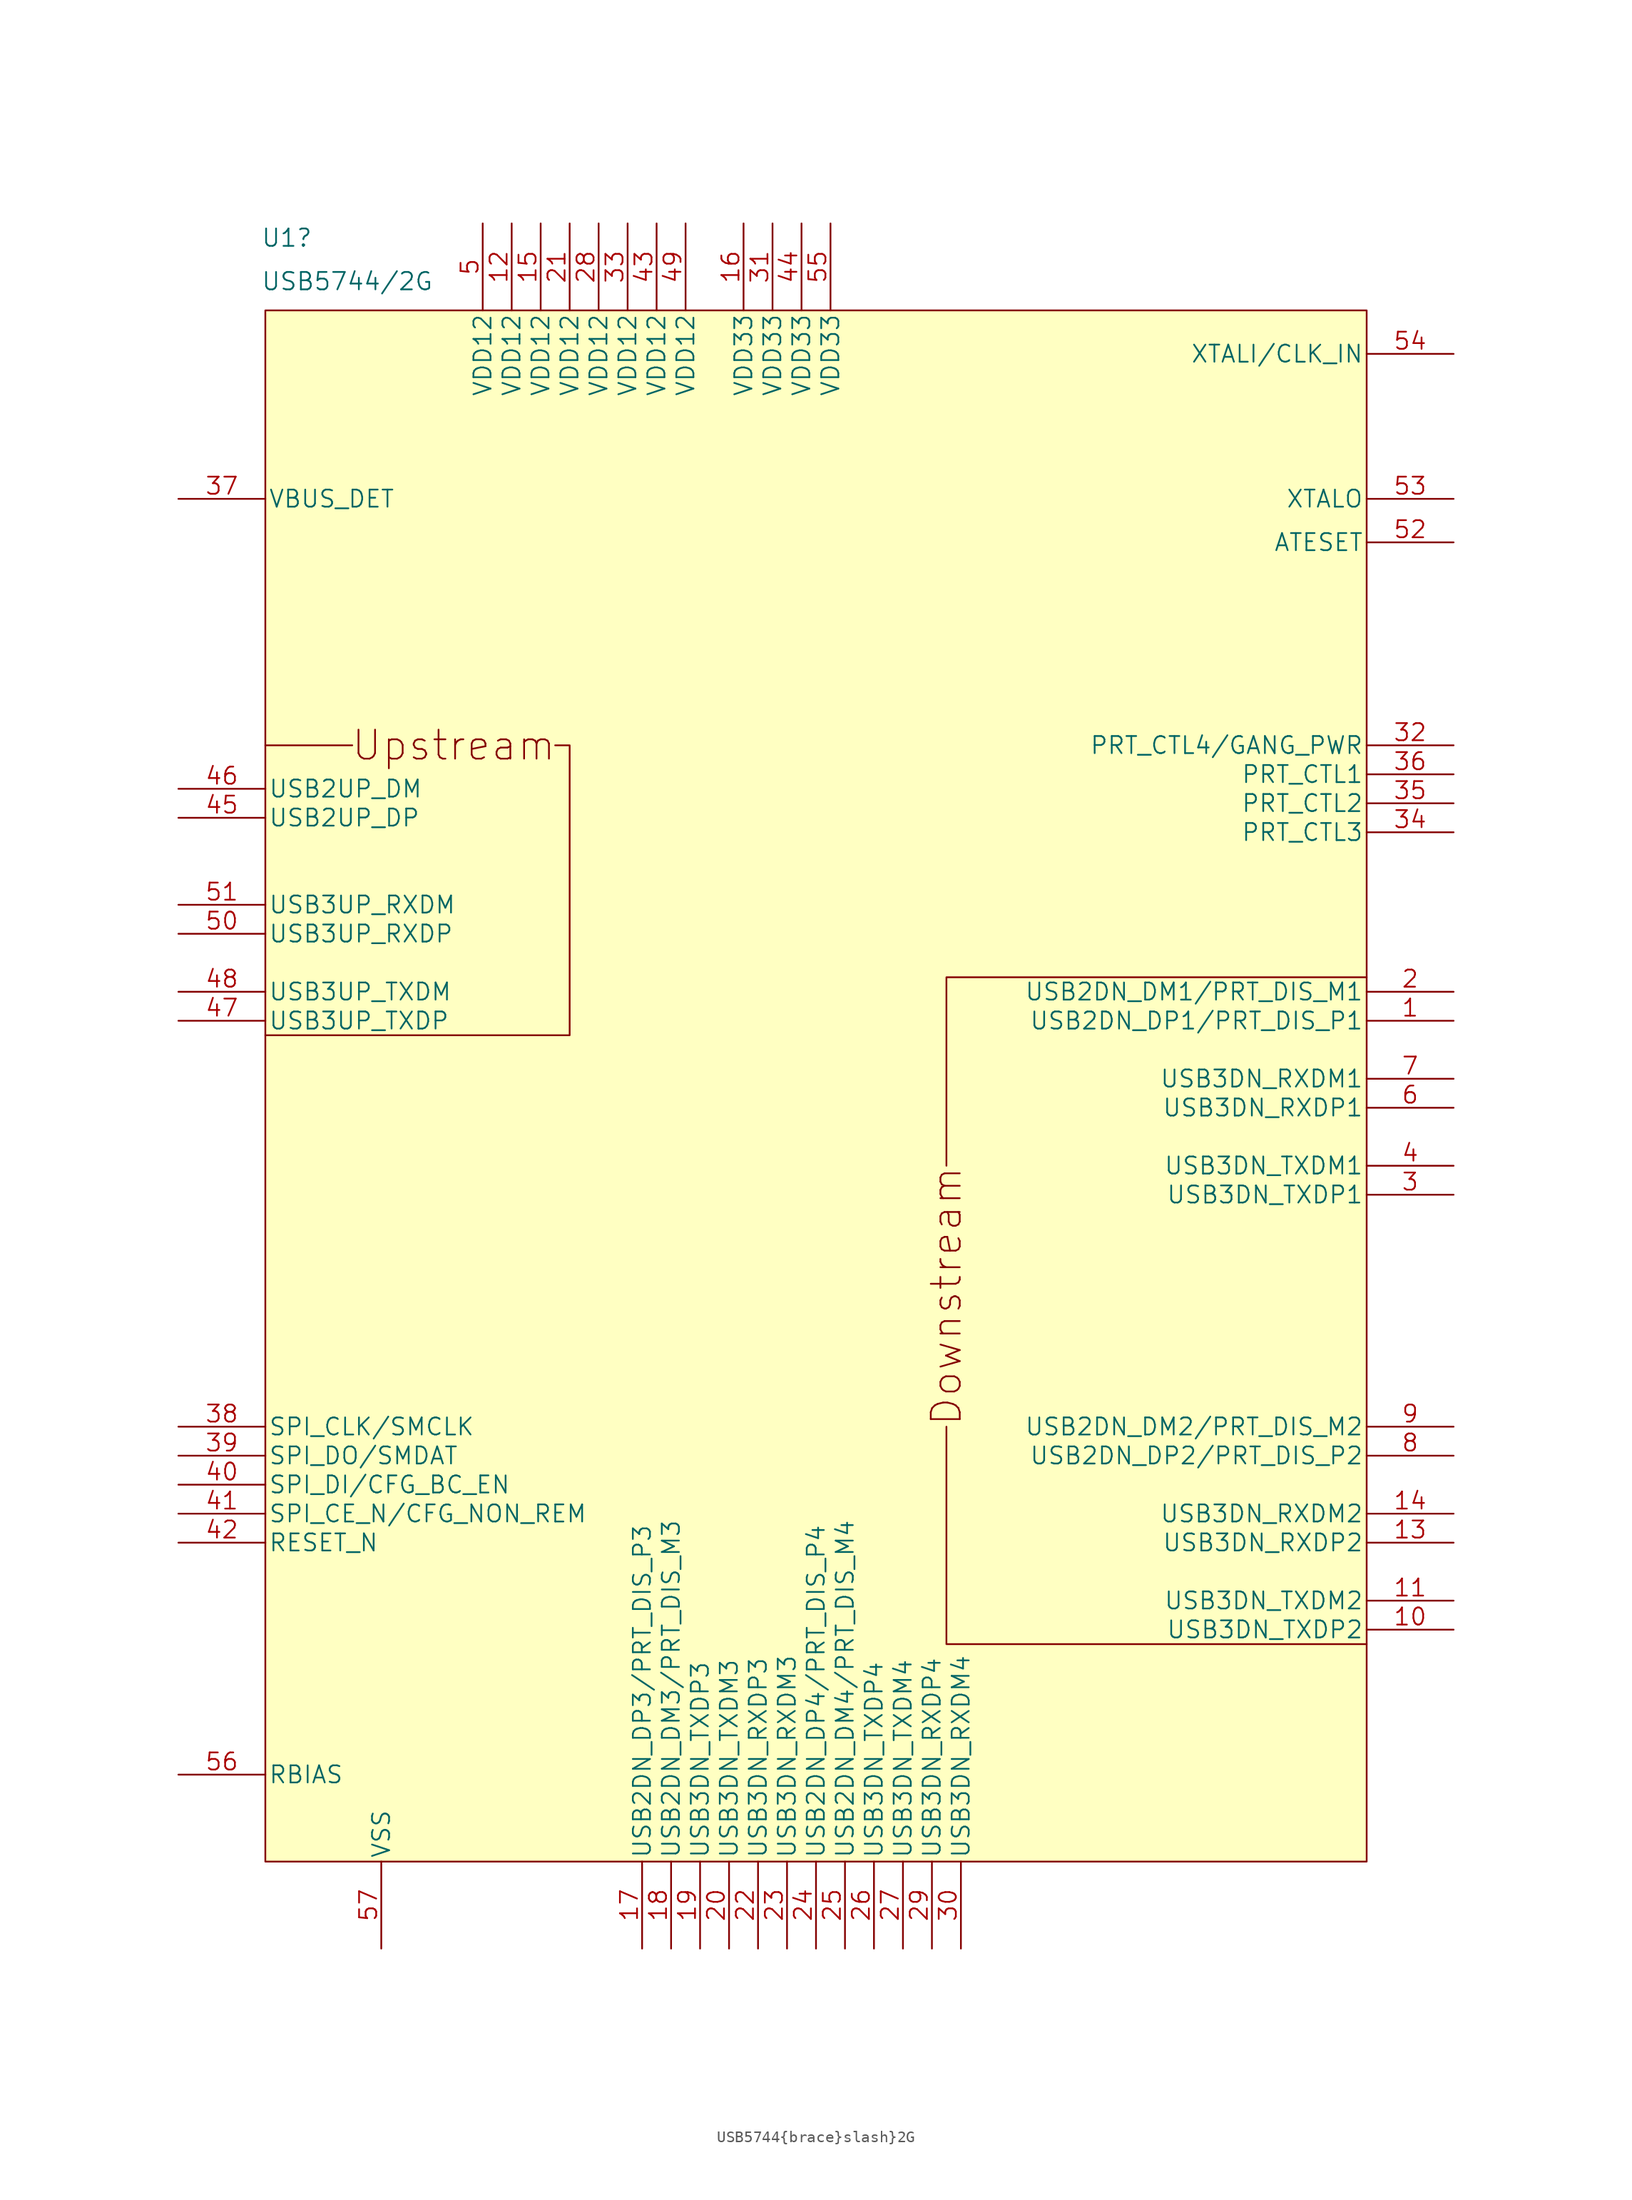
<source format=kicad_sym>
(kicad_symbol_lib
  (version 20211014)
  (generator kicad_symbol_editor)
  (symbol "USB5744{brace}slash}2G"
    (pin_names
      (offset 0.254))
    (property "Reference" "U1"
      (at 7.225 36.83 0)
      (effects (font (size 1.524 1.524)) (justify left)))
    (property "Value" "USB5744/2G"
      (at 7.225 33.02 0)
      (effects (font (size 1.524 1.524)) (justify left)))
    (property "ki_locked" ""
      (at 0 0 0)
      (effects (font (size 1.27 1.27))))
    (symbol "USB5744{brace}slash}2G_0_0"
      (polyline (pts (xy 15.24 -7.62) (xy 7.62 -7.62)) (stroke (width 0) (type default) (color 0 0 0 0)) (fill (type none)))
      (polyline (pts (xy 67.31 -44.45) (xy 67.31 -27.94) (xy 104.14 -27.94)) (stroke (width 0) (type default) (color 0 0 0 0)) (fill (type none)))
      (polyline (pts (xy 33.02 -7.62) (xy 34.29 -7.62) (xy 34.29 -33.02) (xy 7.62 -33.02)) (stroke (width 0) (type default) (color 0 0 0 0)) (fill (type none)))
      (text "Downstream" (at 67.31 -55.88 900) (effects (font (size 2.54 2.54))))
      (text "Upstream" (at 24.13 -7.62 0) (effects (font (size 2.54 2.54)))))
    (symbol "USB5744{brace}slash}2G_0_1"
      (polyline (pts (xy 104.14 -86.36) (xy 67.31 -86.36) (xy 67.31 -67.31)) (stroke (width 0) (type default) (color 0 0 0 0)) (fill (type none)))
      (rectangle (start 7.62 30.48) (end 104.14 -105.41) (stroke (width 0) (type default) (color 0 0 0 0)) (fill (type background))))
    (symbol "USB5744{brace}slash}2G_1_1"
      (pin bidirectional line (at 111.76 -31.75 180) (length 7.62) (name "USB2DN_DP1/PRT_DIS_P1" (effects (font (size 1.499 1.499)))) (number "1" (effects (font (size 1.499 1.499)))))
      (pin bidirectional line (at 111.76 -85.09 180) (length 7.62) (name "USB3DN_TXDP2" (effects (font (size 1.499 1.499)))) (number "10" (effects (font (size 1.499 1.499)))))
      (pin bidirectional line (at 111.76 -82.55 180) (length 7.62) (name "USB3DN_TXDM2" (effects (font (size 1.499 1.499)))) (number "11" (effects (font (size 1.499 1.499)))))
      (pin power_in line (at 29.21 38.1 270) (length 7.62) (name "VDD12" (effects (font (size 1.499 1.499)))) (number "12" (effects (font (size 1.499 1.499)))))
      (pin bidirectional line (at 111.76 -77.47 180) (length 7.62) (name "USB3DN_RXDP2" (effects (font (size 1.499 1.499)))) (number "13" (effects (font (size 1.499 1.499)))))
      (pin bidirectional line (at 111.76 -74.93 180) (length 7.62) (name "USB3DN_RXDM2" (effects (font (size 1.499 1.499)))) (number "14" (effects (font (size 1.499 1.499)))))
      (pin power_in line (at 31.75 38.1 270) (length 7.62) (name "VDD12" (effects (font (size 1.499 1.499)))) (number "15" (effects (font (size 1.499 1.499)))))
      (pin power_in line (at 49.53 38.1 270) (length 7.62) (name "VDD33" (effects (font (size 1.499 1.499)))) (number "16" (effects (font (size 1.499 1.499)))))
      (pin bidirectional line (at 40.64 -113.03 90) (length 7.62) (name "USB2DN_DP3/PRT_DIS_P3" (effects (font (size 1.499 1.499)))) (number "17" (effects (font (size 1.499 1.499)))))
      (pin bidirectional line (at 43.18 -113.03 90) (length 7.62) (name "USB2DN_DM3/PRT_DIS_M3" (effects (font (size 1.499 1.499)))) (number "18" (effects (font (size 1.499 1.499)))))
      (pin bidirectional line (at 45.72 -113.03 90) (length 7.62) (name "USB3DN_TXDP3" (effects (font (size 1.499 1.499)))) (number "19" (effects (font (size 1.499 1.499)))))
      (pin bidirectional line (at 111.76 -29.21 180) (length 7.62) (name "USB2DN_DM1/PRT_DIS_M1" (effects (font (size 1.499 1.499)))) (number "2" (effects (font (size 1.499 1.499)))))
      (pin bidirectional line (at 48.26 -113.03 90) (length 7.62) (name "USB3DN_TXDM3" (effects (font (size 1.499 1.499)))) (number "20" (effects (font (size 1.499 1.499)))))
      (pin power_in line (at 34.29 38.1 270) (length 7.62) (name "VDD12" (effects (font (size 1.499 1.499)))) (number "21" (effects (font (size 1.499 1.499)))))
      (pin bidirectional line (at 50.8 -113.03 90) (length 7.62) (name "USB3DN_RXDP3" (effects (font (size 1.499 1.499)))) (number "22" (effects (font (size 1.499 1.499)))))
      (pin bidirectional line (at 53.34 -113.03 90) (length 7.62) (name "USB3DN_RXDM3" (effects (font (size 1.499 1.499)))) (number "23" (effects (font (size 1.499 1.499)))))
      (pin bidirectional line (at 55.88 -113.03 90) (length 7.62) (name "USB2DN_DP4/PRT_DIS_P4" (effects (font (size 1.499 1.499)))) (number "24" (effects (font (size 1.499 1.499)))))
      (pin bidirectional line (at 58.42 -113.03 90) (length 7.62) (name "USB2DN_DM4/PRT_DIS_M4" (effects (font (size 1.499 1.499)))) (number "25" (effects (font (size 1.499 1.499)))))
      (pin bidirectional line (at 60.96 -113.03 90) (length 7.62) (name "USB3DN_TXDP4" (effects (font (size 1.499 1.499)))) (number "26" (effects (font (size 1.499 1.499)))))
      (pin bidirectional line (at 63.5 -113.03 90) (length 7.62) (name "USB3DN_TXDM4" (effects (font (size 1.499 1.499)))) (number "27" (effects (font (size 1.499 1.499)))))
      (pin power_in line (at 36.83 38.1 270) (length 7.62) (name "VDD12" (effects (font (size 1.499 1.499)))) (number "28" (effects (font (size 1.499 1.499)))))
      (pin bidirectional line (at 66.04 -113.03 90) (length 7.62) (name "USB3DN_RXDP4" (effects (font (size 1.499 1.499)))) (number "29" (effects (font (size 1.499 1.499)))))
      (pin bidirectional line (at 111.76 -46.99 180) (length 7.62) (name "USB3DN_TXDP1" (effects (font (size 1.499 1.499)))) (number "3" (effects (font (size 1.499 1.499)))))
      (pin bidirectional line (at 68.58 -113.03 90) (length 7.62) (name "USB3DN_RXDM4" (effects (font (size 1.499 1.499)))) (number "30" (effects (font (size 1.499 1.499)))))
      (pin power_in line (at 52.07 38.1 270) (length 7.62) (name "VDD33" (effects (font (size 1.499 1.499)))) (number "31" (effects (font (size 1.499 1.499)))))
      (pin input line (at 111.76 -7.62 180) (length 7.62) (name "PRT_CTL4/GANG_PWR" (effects (font (size 1.499 1.499)))) (number "32" (effects (font (size 1.499 1.499)))))
      (pin power_in line (at 39.37 38.1 270) (length 7.62) (name "VDD12" (effects (font (size 1.499 1.499)))) (number "33" (effects (font (size 1.499 1.499)))))
      (pin input line (at 111.76 -15.24 180) (length 7.62) (name "PRT_CTL3" (effects (font (size 1.499 1.499)))) (number "34" (effects (font (size 1.499 1.499)))))
      (pin input line (at 111.76 -12.7 180) (length 7.62) (name "PRT_CTL2" (effects (font (size 1.499 1.499)))) (number "35" (effects (font (size 1.499 1.499)))))
      (pin input line (at 111.76 -10.16 180) (length 7.62) (name "PRT_CTL1" (effects (font (size 1.499 1.499)))) (number "36" (effects (font (size 1.499 1.499)))))
      (pin input line (at 0 13.97 0) (length 7.62) (name "VBUS_DET" (effects (font (size 1.499 1.499)))) (number "37" (effects (font (size 1.499 1.499)))))
      (pin bidirectional line (at 0 -67.31 0) (length 7.62) (name "SPI_CLK/SMCLK" (effects (font (size 1.499 1.499)))) (number "38" (effects (font (size 1.499 1.499)))))
      (pin bidirectional line (at 0 -69.85 0) (length 7.62) (name "SPI_DO/SMDAT" (effects (font (size 1.499 1.499)))) (number "39" (effects (font (size 1.499 1.499)))))
      (pin bidirectional line (at 111.76 -44.45 180) (length 7.62) (name "USB3DN_TXDM1" (effects (font (size 1.499 1.499)))) (number "4" (effects (font (size 1.499 1.499)))))
      (pin bidirectional line (at 0 -72.39 0) (length 7.62) (name "SPI_DI/CFG_BC_EN" (effects (font (size 1.499 1.499)))) (number "40" (effects (font (size 1.499 1.499)))))
      (pin bidirectional line (at 0 -74.93 0) (length 7.62) (name "SPI_CE_N/CFG_NON_REM" (effects (font (size 1.499 1.499)))) (number "41" (effects (font (size 1.499 1.499)))))
      (pin input line (at 0 -77.47 0) (length 7.62) (name "RESET_N" (effects (font (size 1.499 1.499)))) (number "42" (effects (font (size 1.499 1.499)))))
      (pin power_in line (at 41.91 38.1 270) (length 7.62) (name "VDD12" (effects (font (size 1.499 1.499)))) (number "43" (effects (font (size 1.499 1.499)))))
      (pin power_in line (at 54.61 38.1 270) (length 7.62) (name "VDD33" (effects (font (size 1.499 1.499)))) (number "44" (effects (font (size 1.499 1.499)))))
      (pin bidirectional line (at 0 -13.97 0) (length 7.62) (name "USB2UP_DP" (effects (font (size 1.499 1.499)))) (number "45" (effects (font (size 1.499 1.499)))))
      (pin bidirectional line (at 0 -11.43 0) (length 7.62) (name "USB2UP_DM" (effects (font (size 1.499 1.499)))) (number "46" (effects (font (size 1.499 1.499)))))
      (pin bidirectional line (at 0 -31.75 0) (length 7.62) (name "USB3UP_TXDP" (effects (font (size 1.499 1.499)))) (number "47" (effects (font (size 1.499 1.499)))))
      (pin bidirectional line (at 0 -29.21 0) (length 7.62) (name "USB3UP_TXDM" (effects (font (size 1.499 1.499)))) (number "48" (effects (font (size 1.499 1.499)))))
      (pin power_in line (at 44.45 38.1 270) (length 7.62) (name "VDD12" (effects (font (size 1.499 1.499)))) (number "49" (effects (font (size 1.499 1.499)))))
      (pin power_in line (at 26.67 38.1 270) (length 7.62) (name "VDD12" (effects (font (size 1.499 1.499)))) (number "5" (effects (font (size 1.499 1.499)))))
      (pin bidirectional line (at 0 -24.13 0) (length 7.62) (name "USB3UP_RXDP" (effects (font (size 1.499 1.499)))) (number "50" (effects (font (size 1.499 1.499)))))
      (pin bidirectional line (at 0 -21.59 0) (length 7.62) (name "USB3UP_RXDM" (effects (font (size 1.499 1.499)))) (number "51" (effects (font (size 1.499 1.499)))))
      (pin unspecified line (at 111.76 10.16 180) (length 7.62) (name "ATESET" (effects (font (size 1.499 1.499)))) (number "52" (effects (font (size 1.499 1.499)))))
      (pin output line (at 111.76 13.97 180) (length 7.62) (name "XTALO" (effects (font (size 1.499 1.499)))) (number "53" (effects (font (size 1.499 1.499)))))
      (pin input line (at 111.76 26.67 180) (length 7.62) (name "XTALI/CLK_IN" (effects (font (size 1.499 1.499)))) (number "54" (effects (font (size 1.499 1.499)))))
      (pin power_in line (at 57.15 38.1 270) (length 7.62) (name "VDD33" (effects (font (size 1.499 1.499)))) (number "55" (effects (font (size 1.499 1.499)))))
      (pin unspecified line (at 0 -97.79 0) (length 7.62) (name "RBIAS" (effects (font (size 1.499 1.499)))) (number "56" (effects (font (size 1.499 1.499)))))
      (pin power_in line (at 17.78 -113.03 90) (length 7.62) (name "VSS" (effects (font (size 1.499 1.499)))) (number "57" (effects (font (size 1.499 1.499)))))
      (pin bidirectional line (at 111.76 -39.37 180) (length 7.62) (name "USB3DN_RXDP1" (effects (font (size 1.499 1.499)))) (number "6" (effects (font (size 1.499 1.499)))))
      (pin bidirectional line (at 111.76 -36.83 180) (length 7.62) (name "USB3DN_RXDM1" (effects (font (size 1.499 1.499)))) (number "7" (effects (font (size 1.499 1.499)))))
      (pin bidirectional line (at 111.76 -69.85 180) (length 7.62) (name "USB2DN_DP2/PRT_DIS_P2" (effects (font (size 1.499 1.499)))) (number "8" (effects (font (size 1.499 1.499)))))
      (pin bidirectional line (at 111.76 -67.31 180) (length 7.62) (name "USB2DN_DM2/PRT_DIS_M2" (effects (font (size 1.499 1.499)))) (number "9" (effects (font (size 1.499 1.499))))))))
</source>
